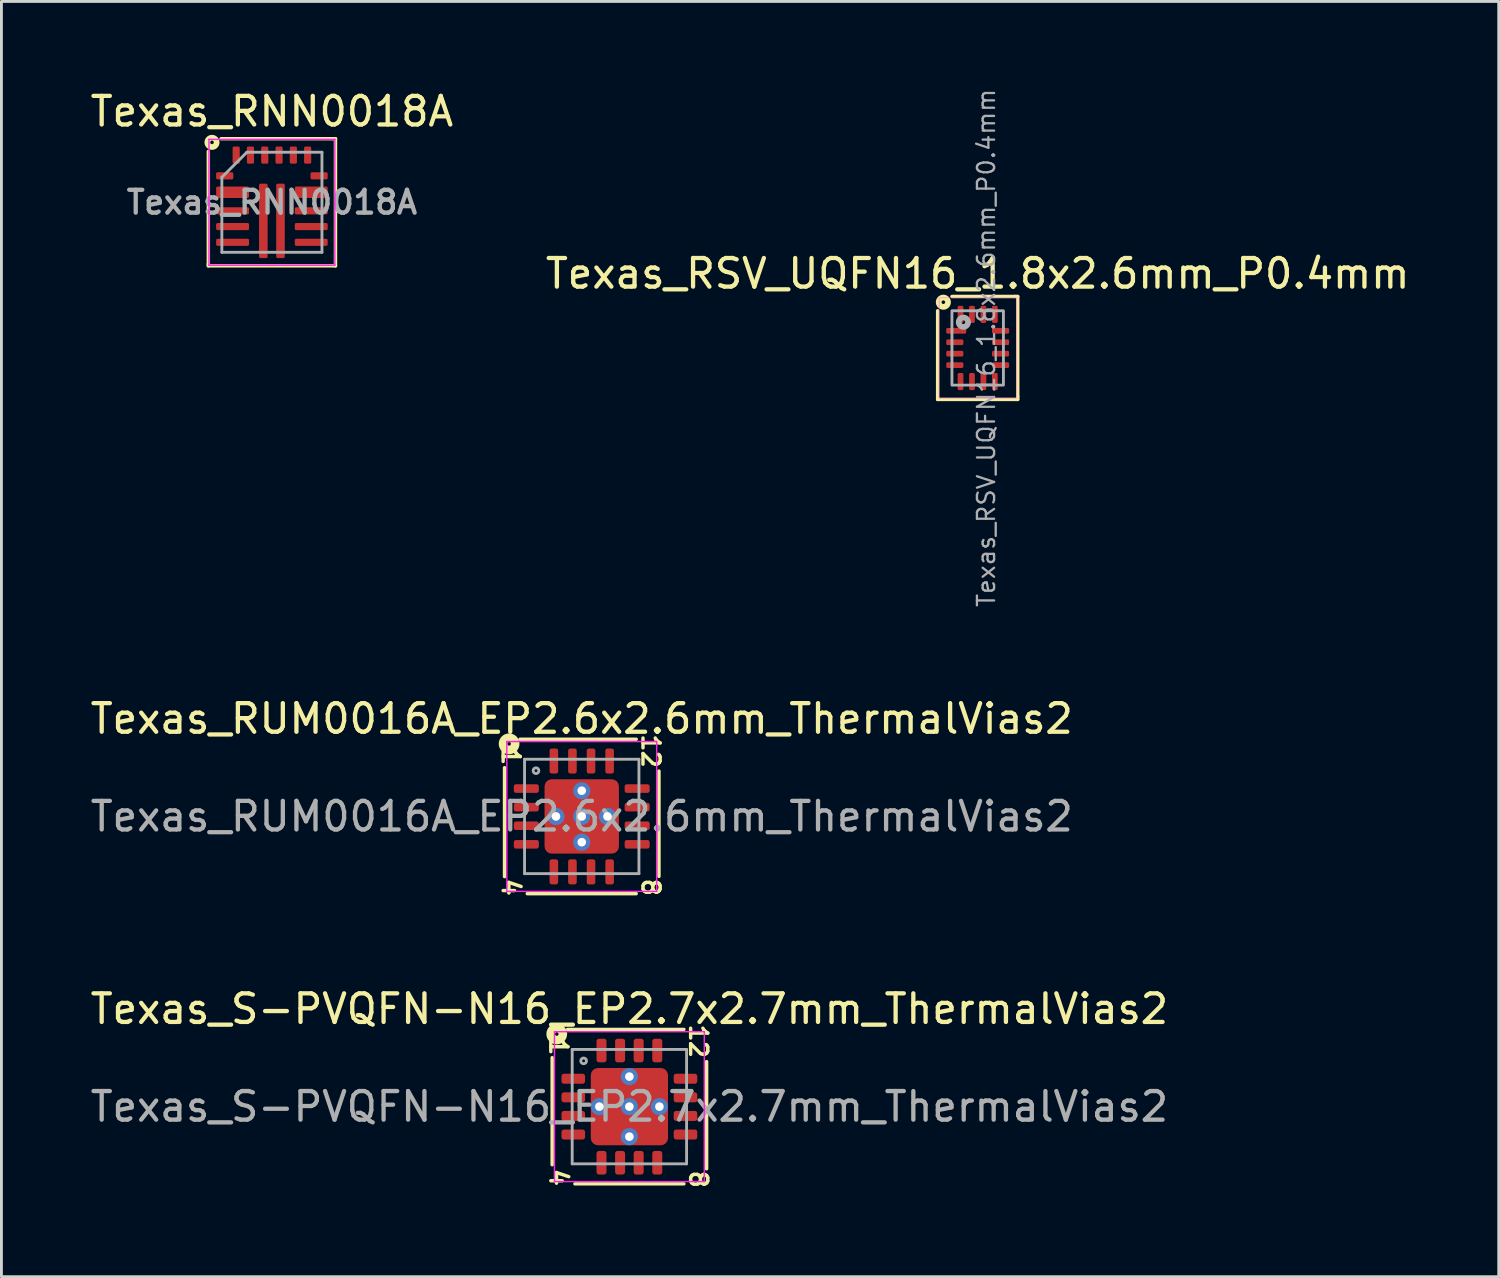
<source format=kicad_pcb>
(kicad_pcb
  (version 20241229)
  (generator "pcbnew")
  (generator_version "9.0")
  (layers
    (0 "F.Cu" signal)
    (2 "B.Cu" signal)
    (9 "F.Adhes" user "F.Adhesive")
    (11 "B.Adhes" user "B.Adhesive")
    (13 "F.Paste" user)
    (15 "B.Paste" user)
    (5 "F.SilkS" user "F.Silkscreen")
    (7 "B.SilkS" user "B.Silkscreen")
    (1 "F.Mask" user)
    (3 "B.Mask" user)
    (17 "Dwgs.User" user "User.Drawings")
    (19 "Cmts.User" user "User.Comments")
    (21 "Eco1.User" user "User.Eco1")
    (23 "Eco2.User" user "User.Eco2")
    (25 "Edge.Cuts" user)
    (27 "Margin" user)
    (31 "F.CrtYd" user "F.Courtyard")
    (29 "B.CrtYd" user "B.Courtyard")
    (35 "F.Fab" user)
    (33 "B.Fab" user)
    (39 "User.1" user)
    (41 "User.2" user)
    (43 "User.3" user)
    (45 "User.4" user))
  (footprint "Texas_S-PVQFN-N16_EP2.7x2.7mm_ThermalVias2"
    (layer "F.Cu")
    (at 18.958 35.646)
    (property "Reference" "Texas_S-PVQFN-N16_EP2.7x2.7mm_ThermalVias2" (at 0 -3.417 0) (layer "F.SilkS") (effects (font (size 1 1) (thickness 0.15))))
    (attr smd)
    (fp_line (start -2.7 -1.714) (end -2.7 2.032) (stroke (width 0.12) (type solid)) (layer "F.SilkS"))
    (fp_line (start -1.905 2.7) (end 1.905 2.7) (stroke (width 0.12) (type solid)) (layer "F.SilkS"))
    (fp_line (start 1.905 -2.7) (end -2.159 -2.7) (stroke (width 0.12) (type solid)) (layer "F.SilkS"))
    (fp_line (start 2.7 2.173) (end 2.7 -1.573) (stroke (width 0.12) (type solid)) (layer "F.SilkS"))
    (fp_circle (center -2.54 -2.54) (end -2.477 -2.54) (stroke (width 0.3) (type solid)) (fill no) (layer "F.SilkS"))
    (fp_line (start -2.62 -2.62) (end -2.62 2.62) (stroke (width 0.05) (type solid)) (layer "F.CrtYd"))
    (fp_line (start -2.62 2.62) (end 2.62 2.62) (stroke (width 0.05) (type solid)) (layer "F.CrtYd"))
    (fp_line (start 2.62 -2.62) (end -2.62 -2.62) (stroke (width 0.05) (type solid)) (layer "F.CrtYd"))
    (fp_line (start 2.62 2.62) (end 2.62 -2.62) (stroke (width 0.05) (type solid)) (layer "F.CrtYd"))
    (fp_line (start -2 -2) (end 2 -2) (stroke (width 0.1) (type solid)) (layer "F.Fab"))
    (fp_line (start -2 2) (end -2 -2) (stroke (width 0.1) (type solid)) (layer "F.Fab"))
    (fp_line (start 2 -2) (end 2 2) (stroke (width 0.1) (type solid)) (layer "F.Fab"))
    (fp_line (start 2 2) (end -2 2) (stroke (width 0.1) (type solid)) (layer "F.Fab"))
    (fp_circle (center -1.6 -1.6) (end -1.5 -1.6) (stroke (width 0.1) (type solid)) (fill no) (layer "F.Fab"))
    (fp_text user "12" (at 2.413 -2.286 270) (unlocked yes) (layer "F.SilkS") (effects (font (size 0.6 0.6) (thickness 0.12))))
    (fp_text user "4" (at -2.477 2.477 270) (unlocked yes) (layer "F.SilkS") (effects (font (size 0.6 0.6) (thickness 0.12))))
    (fp_text user "8" (at 2.413 2.54 270) (unlocked yes) (layer "F.SilkS") (effects (font (size 0.6 0.6) (thickness 0.12))))
    (fp_text user "1" (at -2.477 -2.095 270) (unlocked yes) (layer "F.SilkS") (effects (font (size 0.6 0.6) (thickness 0.12))))
    (fp_text user "${REFERENCE}" (at 0 0 0) (layer "F.Fab") (effects (font (size 1 1) (thickness 0.15))))
    (pad "" smd roundrect (at -0.775 -0.775) (size 0.65 0.65) (layers "F.Paste") (roundrect_rratio 0.25))
    (pad "" smd roundrect (at -0.775 -0.775 270) (size 0.95 0.95) (layers "F.Mask") (roundrect_rratio 0.25))
    (pad "" smd roundrect (at -0.775 0.775 270) (size 0.95 0.95) (layers "F.Mask") (roundrect_rratio 0.25))
    (pad "" smd roundrect (at -0.775 0.775) (size 0.65 0.65) (layers "F.Paste") (roundrect_rratio 0.25))
    (pad "" smd roundrect (at 0.775 -0.775) (size 0.65 0.65) (layers "F.Paste") (roundrect_rratio 0.25))
    (pad "" smd roundrect (at 0.775 0.775) (size 0.65 0.65) (layers "F.Paste") (roundrect_rratio 0.25))
    (pad "" smd roundrect (at 0.775 -0.775 270) (size 0.95 0.95) (layers "F.Mask") (roundrect_rratio 0.25))
    (pad "" smd roundrect (at 0.775 0.775 270) (size 0.95 0.95) (layers "F.Mask") (roundrect_rratio 0.25))
    (pad "1" smd roundrect (at -1.962 -0.975) (size 0.825 0.35) (layers "F.Cu" "F.Mask" "F.Paste") (roundrect_rratio 0.25))
    (pad "2" smd roundrect (at -1.962 -0.325) (size 0.825 0.35) (layers "F.Cu" "F.Mask" "F.Paste") (roundrect_rratio 0.25))
    (pad "3" smd roundrect (at -1.962 0.325) (size 0.825 0.35) (layers "F.Cu" "F.Mask" "F.Paste") (roundrect_rratio 0.25))
    (pad "4" smd roundrect (at -1.962 0.975) (size 0.825 0.35) (layers "F.Cu" "F.Mask" "F.Paste") (roundrect_rratio 0.25))
    (pad "5" smd roundrect (at -0.975 1.962) (size 0.35 0.825) (layers "F.Cu" "F.Mask" "F.Paste") (roundrect_rratio 0.25))
    (pad "6" smd roundrect (at -0.325 1.962) (size 0.35 0.825) (layers "F.Cu" "F.Mask" "F.Paste") (roundrect_rratio 0.25))
    (pad "7" smd roundrect (at 0.325 1.962) (size 0.35 0.825) (layers "F.Cu" "F.Mask" "F.Paste") (roundrect_rratio 0.25))
    (pad "8" smd roundrect (at 0.975 1.962) (size 0.35 0.825) (layers "F.Cu" "F.Mask" "F.Paste") (roundrect_rratio 0.25))
    (pad "9" smd roundrect (at 1.962 0.975) (size 0.825 0.35) (layers "F.Cu" "F.Mask" "F.Paste") (roundrect_rratio 0.25))
    (pad "10" smd roundrect (at 1.962 0.325) (size 0.825 0.35) (layers "F.Cu" "F.Mask" "F.Paste") (roundrect_rratio 0.25))
    (pad "11" smd roundrect (at 1.962 -0.325) (size 0.825 0.35) (layers "F.Cu" "F.Mask" "F.Paste") (roundrect_rratio 0.25))
    (pad "12" smd roundrect (at 1.962 -0.975) (size 0.825 0.35) (layers "F.Cu" "F.Mask" "F.Paste") (roundrect_rratio 0.25))
    (pad "13" smd roundrect (at 0.975 -1.962) (size 0.35 0.825) (layers "F.Cu" "F.Mask" "F.Paste") (roundrect_rratio 0.25))
    (pad "14" smd roundrect (at 0.325 -1.962) (size 0.35 0.825) (layers "F.Cu" "F.Mask" "F.Paste") (roundrect_rratio 0.25))
    (pad "15" smd roundrect (at -0.325 -1.962) (size 0.35 0.825) (layers "F.Cu" "F.Mask" "F.Paste") (roundrect_rratio 0.25))
    (pad "16" smd roundrect (at -0.975 -1.962) (size 0.35 0.825) (layers "F.Cu" "F.Mask" "F.Paste") (roundrect_rratio 0.25))
    (pad "17" thru_hole circle (at -1.05 0 180) (size 0.6 0.6) (drill 0.3) (property pad_prop_heatsink) (layers "*.Cu" "*.Mask"))
    (pad "17" thru_hole circle (at 0 -1.05 180) (size 0.6 0.6) (drill 0.3) (property pad_prop_heatsink) (layers "*.Cu" "*.Mask"))
    (pad "17" thru_hole circle (at 0 0 180) (size 0.6 0.6) (drill 0.3) (property pad_prop_heatsink) (layers "*.Cu" "*.Mask"))
    (pad "17" smd roundrect (at 0 0) (size 2.7 2.7) (layers "F.Cu") (roundrect_rratio 0.093))
    (pad "17" thru_hole circle (at 0 1.05 180) (size 0.6 0.6) (drill 0.3) (property pad_prop_heatsink) (layers "*.Cu" "*.Mask"))
    (pad "17" thru_hole circle (at 1.05 0 180) (size 0.6 0.6) (drill 0.3) (property pad_prop_heatsink) (layers "*.Cu" "*.Mask")))
  (footprint "Texas_RNN0018A"
    (layer "F.Cu")
    (at 6.458 4.023)
    (property "Reference" "Texas_RNN0018A" (at 0 -3.175 0) (layer "F.SilkS") (effects (font (size 1 1) (thickness 0.15))))
    (attr smd)
    (fp_line (start -2.223 -1.778) (end -2.223 2.159) (stroke (width 0.12) (type solid)) (layer "F.SilkS"))
    (fp_line (start -2.223 2.159) (end -2.223 2.223) (stroke (width 0.12) (type solid)) (layer "F.SilkS"))
    (fp_line (start -2.223 2.223) (end 2.223 2.223) (stroke (width 0.12) (type solid)) (layer "F.SilkS"))
    (fp_line (start 2.223 -2.223) (end -1.778 -2.223) (stroke (width 0.12) (type solid)) (layer "F.SilkS"))
    (fp_line (start 2.223 2.223) (end 2.223 -2.223) (stroke (width 0.12) (type solid)) (layer "F.SilkS"))
    (fp_circle (center -2.095 -2.095) (end -2.032 -2.095) (stroke (width 0.2) (type solid)) (fill no) (layer "F.SilkS"))
    (fp_line (start -2.2 -2.2) (end 2.2 -2.2) (stroke (width 0.05) (type solid)) (layer "F.CrtYd"))
    (fp_line (start -2.2 2.2) (end -2.2 -2.2) (stroke (width 0.05) (type solid)) (layer "F.CrtYd"))
    (fp_line (start 2.2 -2.2) (end 2.2 2.2) (stroke (width 0.05) (type solid)) (layer "F.CrtYd"))
    (fp_line (start 2.2 2.2) (end -2.2 2.2) (stroke (width 0.05) (type solid)) (layer "F.CrtYd"))
    (fp_line (start -1.75 1.75) (end -1.75 -0.875) (stroke (width 0.1) (type solid)) (layer "F.Fab"))
    (fp_line (start -0.875 -1.75) (end -1.75 -0.875) (stroke (width 0.1) (type solid)) (layer "F.Fab"))
    (fp_line (start -0.875 -1.75) (end 1.75 -1.75) (stroke (width 0.1) (type solid)) (layer "F.Fab"))
    (fp_line (start 1.75 -1.75) (end 1.75 1.75) (stroke (width 0.1) (type solid)) (layer "F.Fab"))
    (fp_line (start 1.75 1.75) (end -1.75 1.75) (stroke (width 0.1) (type solid)) (layer "F.Fab"))
    (fp_text user "${REFERENCE}" (at 0 0 0) (layer "F.Fab") (effects (font (size 0.8 0.8) (thickness 0.15))))
    (pad "" smd roundrect (at -1.375 -0.35) (size 1.15 0.36) (layers "F.Paste") (roundrect_rratio 0.139))
    (pad "" smd roundrect (at -0.3 -0.282) (size 0.3 0.733) (layers "F.Paste") (roundrect_rratio 0.167))
    (pad "" smd roundrect (at -0.3 0.651) (size 0.3 0.733) (layers "F.Paste") (roundrect_rratio 0.167))
    (pad "" smd roundrect (at -0.3 1.585) (size 0.3 0.733) (layers "F.Paste") (roundrect_rratio 0.167))
    (pad "" smd roundrect (at 0.3 -0.282) (size 0.3 0.733) (layers "F.Paste") (roundrect_rratio 0.167))
    (pad "" smd roundrect (at 0.3 0.651) (size 0.3 0.733) (layers "F.Paste") (roundrect_rratio 0.167))
    (pad "" smd roundrect (at 0.3 1.585) (size 0.3 0.733) (layers "F.Paste") (roundrect_rratio 0.167))
    (pad "" smd roundrect (at 1.375 -0.35) (size 1.15 0.36) (layers "F.Paste") (roundrect_rratio 0.139))
    (pad "1" smd roundrect (at -1.65 -0.925) (size 0.6 0.25) (layers "F.Cu" "F.Mask" "F.Paste") (roundrect_rratio 0.2))
    (pad "2" smd roundrect (at -1.375 -0.35) (size 1.15 0.4) (layers "F.Cu" "F.Mask") (roundrect_rratio 0.125))
    (pad "3" smd roundrect (at -1.375 0.3) (size 1.15 0.25) (layers "F.Cu" "F.Mask" "F.Paste") (roundrect_rratio 0.2))
    (pad "4" smd roundrect (at -1.375 0.85) (size 1.15 0.25) (layers "F.Cu" "F.Mask" "F.Paste") (roundrect_rratio 0.2))
    (pad "5" smd roundrect (at -1.375 1.4) (size 1.15 0.25) (layers "F.Cu" "F.Mask" "F.Paste") (roundrect_rratio 0.2))
    (pad "6" smd roundrect (at -0.3 0.65) (size 0.3 2.6) (layers "F.Cu" "F.Mask") (roundrect_rratio 0.166))
    (pad "7" smd roundrect (at 0.3 0.65) (size 0.3 2.6) (layers "F.Cu" "F.Mask") (roundrect_rratio 0.166))
    (pad "8" smd roundrect (at 1.375 1.4) (size 1.15 0.25) (layers "F.Cu" "F.Mask" "F.Paste") (roundrect_rratio 0.2))
    (pad "9" smd roundrect (at 1.375 0.85) (size 1.15 0.25) (layers "F.Cu" "F.Mask" "F.Paste") (roundrect_rratio 0.2))
    (pad "10" smd roundrect (at 1.375 0.3) (size 1.15 0.25) (layers "F.Cu" "F.Mask" "F.Paste") (roundrect_rratio 0.2))
    (pad "11" smd roundrect (at 1.375 -0.35) (size 1.15 0.4) (layers "F.Cu" "F.Mask") (roundrect_rratio 0.125))
    (pad "12" smd roundrect (at 1.65 -0.925) (size 0.6 0.25) (layers "F.Cu" "F.Mask" "F.Paste") (roundrect_rratio 0.2))
    (pad "13" smd roundrect (at 1.25 -1.65) (size 0.25 0.6) (layers "F.Cu" "F.Mask" "F.Paste") (roundrect_rratio 0.2))
    (pad "14" smd roundrect (at 0.75 -1.65) (size 0.25 0.6) (layers "F.Cu" "F.Mask" "F.Paste") (roundrect_rratio 0.2))
    (pad "15" smd roundrect (at 0.25 -1.65) (size 0.25 0.6) (layers "F.Cu" "F.Mask" "F.Paste") (roundrect_rratio 0.2))
    (pad "16" smd roundrect (at -0.25 -1.65) (size 0.25 0.6) (layers "F.Cu" "F.Mask" "F.Paste") (roundrect_rratio 0.2))
    (pad "17" smd roundrect (at -0.75 -1.65) (size 0.25 0.6) (layers "F.Cu" "F.Mask" "F.Paste") (roundrect_rratio 0.2))
    (pad "18" smd roundrect (at -1.25 -1.65) (size 0.25 0.6) (layers "F.Cu" "F.Mask" "F.Paste") (roundrect_rratio 0.2)))
  (footprint "Texas_RUM0016A_EP2.6x2.6mm_ThermalVias2"
    (layer "F.Cu")
    (at 17.292 25.499)
    (property "Reference" "Texas_RUM0016A_EP2.6x2.6mm_ThermalVias2" (at 0 -3.417 0) (layer "F.SilkS") (effects (font (size 1 1) (thickness 0.15))))
    (attr smd)
    (fp_line (start -2.7 -1.705) (end -2.7 2.105) (stroke (width 0.12) (type solid)) (layer "F.SilkS"))
    (fp_line (start -1.905 2.7) (end 1.905 2.7) (stroke (width 0.12) (type solid)) (layer "F.SilkS"))
    (fp_line (start 1.905 -2.7) (end -2.159 -2.7) (stroke (width 0.12) (type solid)) (layer "F.SilkS"))
    (fp_line (start 2.7 2.095) (end 2.7 -1.587) (stroke (width 0.12) (type solid)) (layer "F.SilkS"))
    (fp_circle (center -2.54 -2.54) (end -2.477 -2.54) (stroke (width 0.3) (type solid)) (fill no) (layer "F.SilkS"))
    (fp_line (start -2.62 -2.62) (end -2.62 2.62) (stroke (width 0.05) (type solid)) (layer "F.CrtYd"))
    (fp_line (start -2.62 2.62) (end 2.62 2.62) (stroke (width 0.05) (type solid)) (layer "F.CrtYd"))
    (fp_line (start 2.62 -2.62) (end -2.62 -2.62) (stroke (width 0.05) (type solid)) (layer "F.CrtYd"))
    (fp_line (start 2.62 2.62) (end 2.62 -2.62) (stroke (width 0.05) (type solid)) (layer "F.CrtYd"))
    (fp_line (start -2 -2) (end 2 -2) (stroke (width 0.1) (type solid)) (layer "F.Fab"))
    (fp_line (start -2 2) (end -2 -2) (stroke (width 0.1) (type solid)) (layer "F.Fab"))
    (fp_line (start 2 -2) (end 2 2) (stroke (width 0.1) (type solid)) (layer "F.Fab"))
    (fp_line (start 2 2) (end -2 2) (stroke (width 0.1) (type solid)) (layer "F.Fab"))
    (fp_circle (center -1.6 -1.6) (end -1.5 -1.6) (stroke (width 0.1) (type solid)) (fill no) (layer "F.Fab"))
    (fp_text user "4" (at -2.477 2.477 270) (unlocked yes) (layer "F.SilkS") (effects (font (size 0.6 0.6) (thickness 0.12))))
    (fp_text user "1" (at -2.477 -2.095 270) (unlocked yes) (layer "F.SilkS") (effects (font (size 0.6 0.6) (thickness 0.12))))
    (fp_text user "8" (at 2.413 2.477 270) (unlocked yes) (layer "F.SilkS") (effects (font (size 0.6 0.6) (thickness 0.12))))
    (fp_text user "12" (at 2.413 -2.286 270) (unlocked yes) (layer "F.SilkS") (effects (font (size 0.6 0.6) (thickness 0.12))))
    (fp_text user "${REFERENCE}" (at 0 0 0) (layer "F.Fab") (effects (font (size 1 1) (thickness 0.15))))
    (pad "" smd roundrect (at -0.75 -0.75) (size 0.6 0.6) (layers "F.Paste") (roundrect_rratio 0.25))
    (pad "" smd roundrect (at -0.75 -0.75 270) (size 0.9 0.9) (layers "F.Mask") (roundrect_rratio 0.25))
    (pad "" smd roundrect (at -0.75 0.75) (size 0.6 0.6) (layers "F.Paste") (roundrect_rratio 0.25))
    (pad "" smd roundrect (at -0.75 0.75 270) (size 0.9 0.9) (layers "F.Mask") (roundrect_rratio 0.25))
    (pad "" smd roundrect (at 0.75 -0.75) (size 0.6 0.6) (layers "F.Paste") (roundrect_rratio 0.25))
    (pad "" smd roundrect (at 0.75 -0.75 270) (size 0.9 0.9) (layers "F.Mask") (roundrect_rratio 0.25))
    (pad "" smd roundrect (at 0.75 0.75) (size 0.6 0.6) (layers "F.Paste") (roundrect_rratio 0.25))
    (pad "" smd roundrect (at 0.75 0.75 270) (size 0.9 0.9) (layers "F.Mask") (roundrect_rratio 0.25))
    (pad "1" smd roundrect (at -1.938 -0.975) (size 0.875 0.3) (layers "F.Cu" "F.Mask" "F.Paste") (roundrect_rratio 0.25))
    (pad "2" smd roundrect (at -1.938 -0.325) (size 0.875 0.3) (layers "F.Cu" "F.Mask" "F.Paste") (roundrect_rratio 0.25))
    (pad "3" smd roundrect (at -1.938 0.325) (size 0.875 0.3) (layers "F.Cu" "F.Mask" "F.Paste") (roundrect_rratio 0.25))
    (pad "4" smd roundrect (at -1.938 0.975) (size 0.875 0.3) (layers "F.Cu" "F.Mask" "F.Paste") (roundrect_rratio 0.25))
    (pad "5" smd roundrect (at -0.975 1.938) (size 0.3 0.875) (layers "F.Cu" "F.Mask" "F.Paste") (roundrect_rratio 0.25))
    (pad "6" smd roundrect (at -0.325 1.938) (size 0.3 0.875) (layers "F.Cu" "F.Mask" "F.Paste") (roundrect_rratio 0.25))
    (pad "7" smd roundrect (at 0.325 1.938) (size 0.3 0.875) (layers "F.Cu" "F.Mask" "F.Paste") (roundrect_rratio 0.25))
    (pad "8" smd roundrect (at 0.975 1.938) (size 0.3 0.875) (layers "F.Cu" "F.Mask" "F.Paste") (roundrect_rratio 0.25))
    (pad "9" smd roundrect (at 1.938 0.975) (size 0.875 0.3) (layers "F.Cu" "F.Mask" "F.Paste") (roundrect_rratio 0.25))
    (pad "10" smd roundrect (at 1.938 0.325) (size 0.875 0.3) (layers "F.Cu" "F.Mask" "F.Paste") (roundrect_rratio 0.25))
    (pad "11" smd roundrect (at 1.938 -0.325) (size 0.875 0.3) (layers "F.Cu" "F.Mask" "F.Paste") (roundrect_rratio 0.25))
    (pad "12" smd roundrect (at 1.938 -0.975) (size 0.875 0.3) (layers "F.Cu" "F.Mask" "F.Paste") (roundrect_rratio 0.25))
    (pad "13" smd roundrect (at 0.975 -1.938) (size 0.3 0.875) (layers "F.Cu" "F.Mask" "F.Paste") (roundrect_rratio 0.25))
    (pad "14" smd roundrect (at 0.325 -1.938) (size 0.3 0.875) (layers "F.Cu" "F.Mask" "F.Paste") (roundrect_rratio 0.25))
    (pad "15" smd roundrect (at -0.325 -1.938) (size 0.3 0.875) (layers "F.Cu" "F.Mask" "F.Paste") (roundrect_rratio 0.25))
    (pad "16" smd roundrect (at -0.975 -1.938) (size 0.3 0.875) (layers "F.Cu" "F.Mask" "F.Paste") (roundrect_rratio 0.25))
    (pad "17" thru_hole circle (at -0.9 0 180) (size 0.6 0.6) (drill 0.3) (property pad_prop_heatsink) (layers "*.Cu" "*.Mask"))
    (pad "17" thru_hole circle (at 0 -0.9 180) (size 0.6 0.6) (drill 0.3) (property pad_prop_heatsink) (layers "*.Cu" "*.Mask"))
    (pad "17" thru_hole circle (at 0 0 180) (size 0.6 0.6) (drill 0.3) (property pad_prop_heatsink) (layers "*.Cu" "*.Mask"))
    (pad "17" smd roundrect (at 0 0) (size 2.6 2.6) (layers "F.Cu") (roundrect_rratio 0.096))
    (pad "17" thru_hole circle (at 0 0.9 180) (size 0.6 0.6) (drill 0.3) (property pad_prop_heatsink) (layers "*.Cu" "*.Mask"))
    (pad "17" thru_hole circle (at 0.9 0 180) (size 0.6 0.6) (drill 0.3) (property pad_prop_heatsink) (layers "*.Cu" "*.Mask")))
  (footprint "Texas_RSV_UQFN16_1.8x2.6mm_P0.4mm"
    (layer "F.Cu")
    (at 31.137 9.117)
    (property "Reference" "Texas_RSV_UQFN16_1.8x2.6mm_P0.4mm" (at 0 -2.6 0) (unlocked yes) (layer "F.SilkS") (effects (font (size 1 1) (thickness 0.15))))
    (attr smd)
    (fp_line (start -1.4 1.8) (end -1.4 -1.3) (stroke (width 0.12) (type solid)) (layer "F.SilkS"))
    (fp_line (start -0.9 -1.8) (end 1.3 -1.8) (stroke (width 0.12) (type solid)) (layer "F.SilkS"))
    (fp_line (start 1.3 -1.8) (end 1.4 -1.8) (stroke (width 0.12) (type solid)) (layer "F.SilkS"))
    (fp_line (start 1.4 -1.8) (end 1.4 1.7) (stroke (width 0.12) (type solid)) (layer "F.SilkS"))
    (fp_line (start 1.4 1.7) (end 1.4 1.8) (stroke (width 0.12) (type solid)) (layer "F.SilkS"))
    (fp_line (start 1.4 1.8) (end -1.4 1.8) (stroke (width 0.12) (type solid)) (layer "F.SilkS"))
    (fp_circle (center -1.2 -1.6) (end -1.137 -1.6) (stroke (width 0.2) (type solid)) (fill no) (layer "F.SilkS"))
    (fp_rect (start -1.35 -1.75) (end 1.35 1.75) (stroke (width 0.013) (type solid)) (fill no) (layer "F.CrtYd"))
    (fp_rect (start -0.9 -1.3) (end 0.9 1.3) (stroke (width 0.1) (type solid)) (fill no) (layer "F.Fab"))
    (fp_circle (center -0.5 -0.9) (end -0.436 -0.9) (stroke (width 0.2) (type solid)) (fill no) (layer "F.Fab"))
    (fp_text user "${REFERENCE}" (at 0.3 0 90) (unlocked yes) (layer "F.Fab") (effects (font (size 0.6 0.6) (thickness 0.08))))
    (pad "1" smd roundrect (at -0.75 -0.6) (size 0.7 0.2) (layers "F.Cu" "F.Mask" "F.Paste") (roundrect_rratio 0.25))
    (pad "2" smd roundrect (at -0.8 -0.2) (size 0.6 0.2) (layers "F.Cu" "F.Mask" "F.Paste") (roundrect_rratio 0.25))
    (pad "3" smd roundrect (at -0.8 0.2) (size 0.6 0.2) (layers "F.Cu" "F.Mask" "F.Paste") (roundrect_rratio 0.25))
    (pad "4" smd roundrect (at -0.8 0.6) (size 0.6 0.2) (layers "F.Cu" "F.Mask" "F.Paste") (roundrect_rratio 0.25))
    (pad "5" smd roundrect (at -0.6 1.175 90) (size 0.6 0.2) (layers "F.Cu" "F.Mask" "F.Paste") (roundrect_rratio 0.25))
    (pad "6" smd roundrect (at -0.2 1.175 90) (size 0.6 0.2) (layers "F.Cu" "F.Mask" "F.Paste") (roundrect_rratio 0.25))
    (pad "7" smd roundrect (at 0.2 1.175 90) (size 0.6 0.2) (layers "F.Cu" "F.Mask" "F.Paste") (roundrect_rratio 0.25))
    (pad "8" smd roundrect (at 0.6 1.175 90) (size 0.6 0.2) (layers "F.Cu" "F.Mask" "F.Paste") (roundrect_rratio 0.25))
    (pad "9" smd roundrect (at 0.8 0.6 180) (size 0.6 0.2) (layers "F.Cu" "F.Mask" "F.Paste") (roundrect_rratio 0.25))
    (pad "10" smd roundrect (at 0.8 0.2 180) (size 0.6 0.2) (layers "F.Cu" "F.Mask" "F.Paste") (roundrect_rratio 0.25))
    (pad "11" smd roundrect (at 0.8 -0.2 180) (size 0.6 0.2) (layers "F.Cu" "F.Mask" "F.Paste") (roundrect_rratio 0.25))
    (pad "12" smd roundrect (at 0.8 -0.6 180) (size 0.6 0.2) (layers "F.Cu" "F.Mask" "F.Paste") (roundrect_rratio 0.25))
    (pad "13" smd roundrect (at 0.6 -1.175 270) (size 0.6 0.2) (layers "F.Cu" "F.Mask" "F.Paste") (roundrect_rratio 0.25))
    (pad "14" smd roundrect (at 0.2 -1.175 270) (size 0.6 0.2) (layers "F.Cu" "F.Mask" "F.Paste") (roundrect_rratio 0.25))
    (pad "15" smd roundrect (at -0.2 -1.175 270) (size 0.6 0.2) (layers "F.Cu" "F.Mask" "F.Paste") (roundrect_rratio 0.25))
    (pad "16" smd roundrect (at -0.6 -1.175 270) (size 0.6 0.2) (layers "F.Cu" "F.Mask" "F.Paste") (roundrect_rratio 0.25)))
  (gr_rect
    (start -3 -3)
    (end 49.357 41.592)
    (stroke (width 0.1) (type default))
    (fill no)
    (layer "Edge.Cuts")))
</source>
